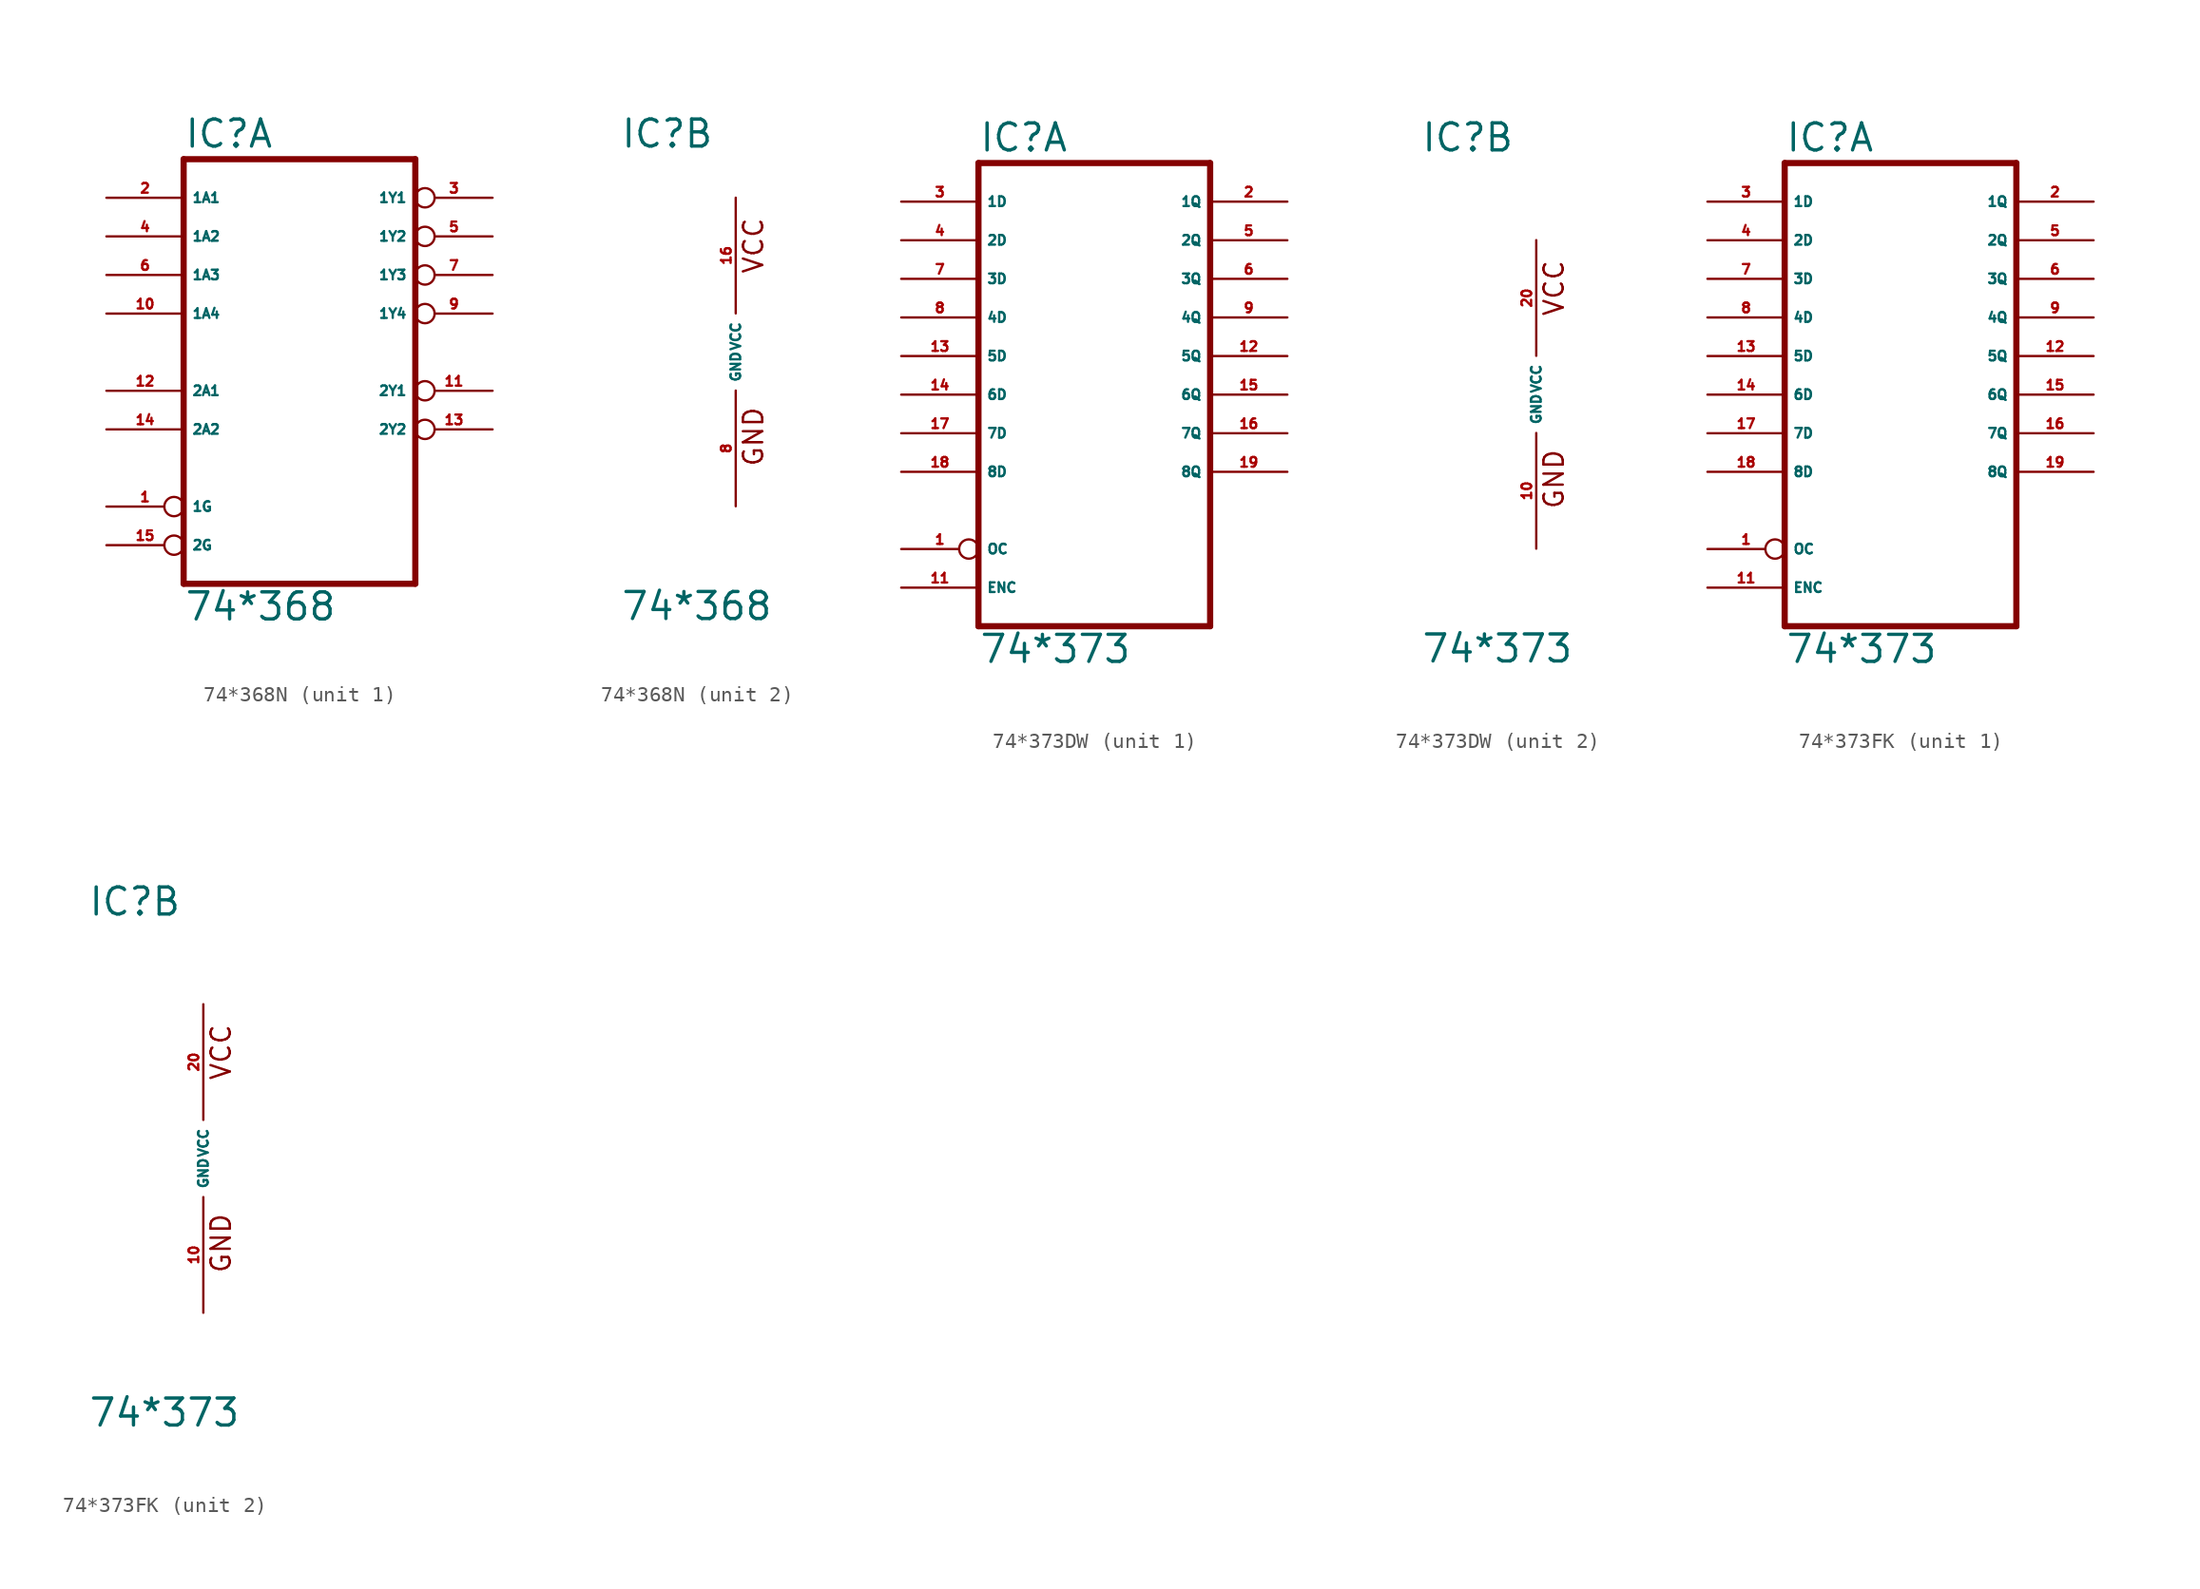
<source format=kicad_sym>
(kicad_symbol_lib
  (version 20220914)
  (generator Eagle2Kicad)
  (symbol "74*368N"
    (property "Reference" "IC"
      (at -7.62 13.335 0)
      (effects (font (size 1.778 1.778) (thickness 0.22)) (justify left bottom)))
    (property "Value" "74*368"
      (at -7.62 -17.78 0)
      (effects (font (size 1.778 1.778) (thickness 0.22)) (justify left bottom)))
    (symbol "74*368N_1_0"
      (polyline (pts (xy -7.62 -15.24) (xy 7.62 -15.24)) (stroke (width 0.406) (type default)) (fill (type none)))
      (polyline (pts (xy 7.62 -15.24) (xy 7.62 12.7)) (stroke (width 0.406) (type default)) (fill (type none)))
      (polyline (pts (xy 7.62 12.7) (xy -7.62 12.7)) (stroke (width 0.406) (type default)) (fill (type none)))
      (polyline (pts (xy -7.62 12.7) (xy -7.62 -15.24)) (stroke (width 0.406) (type default)) (fill (type none)))
      (pin input inverted (at -12.7 -10.16 0) (length 5.08) (name "1G" (effects (font (size 0.635 0.635) (thickness 0.08)) (justify left bottom))) (number "1" (effects (font (size 0.635 0.635) (thickness 0.08)) (justify left bottom))))
      (pin input line (at -12.7 10.16 0) (length 5.08) (name "1A1" (effects (font (size 0.635 0.635) (thickness 0.08)) (justify left bottom))) (number "2" (effects (font (size 0.635 0.635) (thickness 0.08)) (justify left bottom))))
      (pin tri_state inverted (at 12.7 10.16 180) (length 5.08) (name "1Y1" (effects (font (size 0.635 0.635) (thickness 0.08)) (justify left bottom))) (number "3" (effects (font (size 0.635 0.635) (thickness 0.08)) (justify left bottom))))
      (pin input line (at -12.7 7.62 0) (length 5.08) (name "1A2" (effects (font (size 0.635 0.635) (thickness 0.08)) (justify left bottom))) (number "4" (effects (font (size 0.635 0.635) (thickness 0.08)) (justify left bottom))))
      (pin tri_state inverted (at 12.7 7.62 180) (length 5.08) (name "1Y2" (effects (font (size 0.635 0.635) (thickness 0.08)) (justify left bottom))) (number "5" (effects (font (size 0.635 0.635) (thickness 0.08)) (justify left bottom))))
      (pin input line (at -12.7 5.08 0) (length 5.08) (name "1A3" (effects (font (size 0.635 0.635) (thickness 0.08)) (justify left bottom))) (number "6" (effects (font (size 0.635 0.635) (thickness 0.08)) (justify left bottom))))
      (pin tri_state inverted (at 12.7 5.08 180) (length 5.08) (name "1Y3" (effects (font (size 0.635 0.635) (thickness 0.08)) (justify left bottom))) (number "7" (effects (font (size 0.635 0.635) (thickness 0.08)) (justify left bottom))))
      (pin tri_state inverted (at 12.7 2.54 180) (length 5.08) (name "1Y4" (effects (font (size 0.635 0.635) (thickness 0.08)) (justify left bottom))) (number "9" (effects (font (size 0.635 0.635) (thickness 0.08)) (justify left bottom))))
      (pin input line (at -12.7 2.54 0) (length 5.08) (name "1A4" (effects (font (size 0.635 0.635) (thickness 0.08)) (justify left bottom))) (number "10" (effects (font (size 0.635 0.635) (thickness 0.08)) (justify left bottom))))
      (pin tri_state inverted (at 12.7 -2.54 180) (length 5.08) (name "2Y1" (effects (font (size 0.635 0.635) (thickness 0.08)) (justify left bottom))) (number "11" (effects (font (size 0.635 0.635) (thickness 0.08)) (justify left bottom))))
      (pin input line (at -12.7 -2.54 0) (length 5.08) (name "2A1" (effects (font (size 0.635 0.635) (thickness 0.08)) (justify left bottom))) (number "12" (effects (font (size 0.635 0.635) (thickness 0.08)) (justify left bottom))))
      (pin tri_state inverted (at 12.7 -5.08 180) (length 5.08) (name "2Y2" (effects (font (size 0.635 0.635) (thickness 0.08)) (justify left bottom))) (number "13" (effects (font (size 0.635 0.635) (thickness 0.08)) (justify left bottom))))
      (pin input line (at -12.7 -5.08 0) (length 5.08) (name "2A2" (effects (font (size 0.635 0.635) (thickness 0.08)) (justify left bottom))) (number "14" (effects (font (size 0.635 0.635) (thickness 0.08)) (justify left bottom))))
      (pin input inverted (at -12.7 -12.7 0) (length 5.08) (name "2G" (effects (font (size 0.635 0.635) (thickness 0.08)) (justify left bottom))) (number "15" (effects (font (size 0.635 0.635) (thickness 0.08)) (justify left bottom)))))
    (symbol "74*368N_2_0"
      (text "GND" (at 1.905 -7.62 900) (effects (font (size 1.27 1.27) (thickness 0.16)) (justify left bottom)))
      (text "VCC" (at 1.905 5.08 900) (effects (font (size 1.27 1.27) (thickness 0.16)) (justify left bottom)))
      (pin unspecified line (at 0 -10.16 90) (length 7.62) (name "GND" (effects (font (size 0.635 0.635) (thickness 0.08)) (justify left bottom))) (number "8" (effects (font (size 0.635 0.635) (thickness 0.08)) (justify left bottom))))
      (pin unspecified line (at 0 10.16 270) (length 7.62) (name "VCC" (effects (font (size 0.635 0.635) (thickness 0.08)) (justify left bottom))) (number "16" (effects (font (size 0.635 0.635) (thickness 0.08)) (justify left bottom))))))
  (symbol "74*373DW"
    (property "Reference" "IC"
      (at -7.62 15.875 0)
      (effects (font (size 1.778 1.778) (thickness 0.22)) (justify left bottom)))
    (property "Value" "74*373"
      (at -7.62 -17.78 0)
      (effects (font (size 1.778 1.778) (thickness 0.22)) (justify left bottom)))
    (symbol "74*373DW_1_0"
      (polyline (pts (xy -7.62 -15.24) (xy 7.62 -15.24)) (stroke (width 0.406) (type default)) (fill (type none)))
      (polyline (pts (xy 7.62 -15.24) (xy 7.62 15.24)) (stroke (width 0.406) (type default)) (fill (type none)))
      (polyline (pts (xy 7.62 15.24) (xy -7.62 15.24)) (stroke (width 0.406) (type default)) (fill (type none)))
      (polyline (pts (xy -7.62 15.24) (xy -7.62 -15.24)) (stroke (width 0.406) (type default)) (fill (type none)))
      (pin input inverted (at -12.7 -10.16 0) (length 5.08) (name "OC" (effects (font (size 0.635 0.635) (thickness 0.08)) (justify left bottom))) (number "1" (effects (font (size 0.635 0.635) (thickness 0.08)) (justify left bottom))))
      (pin tri_state line (at 12.7 12.7 180) (length 5.08) (name "1Q" (effects (font (size 0.635 0.635) (thickness 0.08)) (justify left bottom))) (number "2" (effects (font (size 0.635 0.635) (thickness 0.08)) (justify left bottom))))
      (pin input line (at -12.7 12.7 0) (length 5.08) (name "1D" (effects (font (size 0.635 0.635) (thickness 0.08)) (justify left bottom))) (number "3" (effects (font (size 0.635 0.635) (thickness 0.08)) (justify left bottom))))
      (pin input line (at -12.7 10.16 0) (length 5.08) (name "2D" (effects (font (size 0.635 0.635) (thickness 0.08)) (justify left bottom))) (number "4" (effects (font (size 0.635 0.635) (thickness 0.08)) (justify left bottom))))
      (pin tri_state line (at 12.7 10.16 180) (length 5.08) (name "2Q" (effects (font (size 0.635 0.635) (thickness 0.08)) (justify left bottom))) (number "5" (effects (font (size 0.635 0.635) (thickness 0.08)) (justify left bottom))))
      (pin tri_state line (at 12.7 7.62 180) (length 5.08) (name "3Q" (effects (font (size 0.635 0.635) (thickness 0.08)) (justify left bottom))) (number "6" (effects (font (size 0.635 0.635) (thickness 0.08)) (justify left bottom))))
      (pin input line (at -12.7 7.62 0) (length 5.08) (name "3D" (effects (font (size 0.635 0.635) (thickness 0.08)) (justify left bottom))) (number "7" (effects (font (size 0.635 0.635) (thickness 0.08)) (justify left bottom))))
      (pin input line (at -12.7 5.08 0) (length 5.08) (name "4D" (effects (font (size 0.635 0.635) (thickness 0.08)) (justify left bottom))) (number "8" (effects (font (size 0.635 0.635) (thickness 0.08)) (justify left bottom))))
      (pin tri_state line (at 12.7 5.08 180) (length 5.08) (name "4Q" (effects (font (size 0.635 0.635) (thickness 0.08)) (justify left bottom))) (number "9" (effects (font (size 0.635 0.635) (thickness 0.08)) (justify left bottom))))
      (pin input line (at -12.7 -12.7 0) (length 5.08) (name "ENC" (effects (font (size 0.635 0.635) (thickness 0.08)) (justify left bottom))) (number "11" (effects (font (size 0.635 0.635) (thickness 0.08)) (justify left bottom))))
      (pin tri_state line (at 12.7 2.54 180) (length 5.08) (name "5Q" (effects (font (size 0.635 0.635) (thickness 0.08)) (justify left bottom))) (number "12" (effects (font (size 0.635 0.635) (thickness 0.08)) (justify left bottom))))
      (pin input line (at -12.7 2.54 0) (length 5.08) (name "5D" (effects (font (size 0.635 0.635) (thickness 0.08)) (justify left bottom))) (number "13" (effects (font (size 0.635 0.635) (thickness 0.08)) (justify left bottom))))
      (pin input line (at -12.7 0 0) (length 5.08) (name "6D" (effects (font (size 0.635 0.635) (thickness 0.08)) (justify left bottom))) (number "14" (effects (font (size 0.635 0.635) (thickness 0.08)) (justify left bottom))))
      (pin tri_state line (at 12.7 0 180) (length 5.08) (name "6Q" (effects (font (size 0.635 0.635) (thickness 0.08)) (justify left bottom))) (number "15" (effects (font (size 0.635 0.635) (thickness 0.08)) (justify left bottom))))
      (pin tri_state line (at 12.7 -2.54 180) (length 5.08) (name "7Q" (effects (font (size 0.635 0.635) (thickness 0.08)) (justify left bottom))) (number "16" (effects (font (size 0.635 0.635) (thickness 0.08)) (justify left bottom))))
      (pin input line (at -12.7 -2.54 0) (length 5.08) (name "7D" (effects (font (size 0.635 0.635) (thickness 0.08)) (justify left bottom))) (number "17" (effects (font (size 0.635 0.635) (thickness 0.08)) (justify left bottom))))
      (pin input line (at -12.7 -5.08 0) (length 5.08) (name "8D" (effects (font (size 0.635 0.635) (thickness 0.08)) (justify left bottom))) (number "18" (effects (font (size 0.635 0.635) (thickness 0.08)) (justify left bottom))))
      (pin tri_state line (at 12.7 -5.08 180) (length 5.08) (name "8Q" (effects (font (size 0.635 0.635) (thickness 0.08)) (justify left bottom))) (number "19" (effects (font (size 0.635 0.635) (thickness 0.08)) (justify left bottom)))))
    (symbol "74*373DW_2_0"
      (text "GND" (at 1.905 -7.62 900) (effects (font (size 1.27 1.27) (thickness 0.16)) (justify left bottom)))
      (text "VCC" (at 1.905 5.08 900) (effects (font (size 1.27 1.27) (thickness 0.16)) (justify left bottom)))
      (pin unspecified line (at 0 -10.16 90) (length 7.62) (name "GND" (effects (font (size 0.635 0.635) (thickness 0.08)) (justify left bottom))) (number "10" (effects (font (size 0.635 0.635) (thickness 0.08)) (justify left bottom))))
      (pin unspecified line (at 0 10.16 270) (length 7.62) (name "VCC" (effects (font (size 0.635 0.635) (thickness 0.08)) (justify left bottom))) (number "20" (effects (font (size 0.635 0.635) (thickness 0.08)) (justify left bottom))))))
  (symbol "74*373FK"
    (property "Reference" "IC"
      (at -7.62 15.875 0)
      (effects (font (size 1.778 1.778) (thickness 0.22)) (justify left bottom)))
    (property "Value" "74*373"
      (at -7.62 -17.78 0)
      (effects (font (size 1.778 1.778) (thickness 0.22)) (justify left bottom)))
    (symbol "74*373FK_1_0"
      (polyline (pts (xy -7.62 -15.24) (xy 7.62 -15.24)) (stroke (width 0.406) (type default)) (fill (type none)))
      (polyline (pts (xy 7.62 -15.24) (xy 7.62 15.24)) (stroke (width 0.406) (type default)) (fill (type none)))
      (polyline (pts (xy 7.62 15.24) (xy -7.62 15.24)) (stroke (width 0.406) (type default)) (fill (type none)))
      (polyline (pts (xy -7.62 15.24) (xy -7.62 -15.24)) (stroke (width 0.406) (type default)) (fill (type none)))
      (pin input inverted (at -12.7 -10.16 0) (length 5.08) (name "OC" (effects (font (size 0.635 0.635) (thickness 0.08)) (justify left bottom))) (number "1" (effects (font (size 0.635 0.635) (thickness 0.08)) (justify left bottom))))
      (pin tri_state line (at 12.7 12.7 180) (length 5.08) (name "1Q" (effects (font (size 0.635 0.635) (thickness 0.08)) (justify left bottom))) (number "2" (effects (font (size 0.635 0.635) (thickness 0.08)) (justify left bottom))))
      (pin input line (at -12.7 12.7 0) (length 5.08) (name "1D" (effects (font (size 0.635 0.635) (thickness 0.08)) (justify left bottom))) (number "3" (effects (font (size 0.635 0.635) (thickness 0.08)) (justify left bottom))))
      (pin input line (at -12.7 10.16 0) (length 5.08) (name "2D" (effects (font (size 0.635 0.635) (thickness 0.08)) (justify left bottom))) (number "4" (effects (font (size 0.635 0.635) (thickness 0.08)) (justify left bottom))))
      (pin tri_state line (at 12.7 10.16 180) (length 5.08) (name "2Q" (effects (font (size 0.635 0.635) (thickness 0.08)) (justify left bottom))) (number "5" (effects (font (size 0.635 0.635) (thickness 0.08)) (justify left bottom))))
      (pin tri_state line (at 12.7 7.62 180) (length 5.08) (name "3Q" (effects (font (size 0.635 0.635) (thickness 0.08)) (justify left bottom))) (number "6" (effects (font (size 0.635 0.635) (thickness 0.08)) (justify left bottom))))
      (pin input line (at -12.7 7.62 0) (length 5.08) (name "3D" (effects (font (size 0.635 0.635) (thickness 0.08)) (justify left bottom))) (number "7" (effects (font (size 0.635 0.635) (thickness 0.08)) (justify left bottom))))
      (pin input line (at -12.7 5.08 0) (length 5.08) (name "4D" (effects (font (size 0.635 0.635) (thickness 0.08)) (justify left bottom))) (number "8" (effects (font (size 0.635 0.635) (thickness 0.08)) (justify left bottom))))
      (pin tri_state line (at 12.7 5.08 180) (length 5.08) (name "4Q" (effects (font (size 0.635 0.635) (thickness 0.08)) (justify left bottom))) (number "9" (effects (font (size 0.635 0.635) (thickness 0.08)) (justify left bottom))))
      (pin input line (at -12.7 -12.7 0) (length 5.08) (name "ENC" (effects (font (size 0.635 0.635) (thickness 0.08)) (justify left bottom))) (number "11" (effects (font (size 0.635 0.635) (thickness 0.08)) (justify left bottom))))
      (pin tri_state line (at 12.7 2.54 180) (length 5.08) (name "5Q" (effects (font (size 0.635 0.635) (thickness 0.08)) (justify left bottom))) (number "12" (effects (font (size 0.635 0.635) (thickness 0.08)) (justify left bottom))))
      (pin input line (at -12.7 2.54 0) (length 5.08) (name "5D" (effects (font (size 0.635 0.635) (thickness 0.08)) (justify left bottom))) (number "13" (effects (font (size 0.635 0.635) (thickness 0.08)) (justify left bottom))))
      (pin input line (at -12.7 0 0) (length 5.08) (name "6D" (effects (font (size 0.635 0.635) (thickness 0.08)) (justify left bottom))) (number "14" (effects (font (size 0.635 0.635) (thickness 0.08)) (justify left bottom))))
      (pin tri_state line (at 12.7 0 180) (length 5.08) (name "6Q" (effects (font (size 0.635 0.635) (thickness 0.08)) (justify left bottom))) (number "15" (effects (font (size 0.635 0.635) (thickness 0.08)) (justify left bottom))))
      (pin tri_state line (at 12.7 -2.54 180) (length 5.08) (name "7Q" (effects (font (size 0.635 0.635) (thickness 0.08)) (justify left bottom))) (number "16" (effects (font (size 0.635 0.635) (thickness 0.08)) (justify left bottom))))
      (pin input line (at -12.7 -2.54 0) (length 5.08) (name "7D" (effects (font (size 0.635 0.635) (thickness 0.08)) (justify left bottom))) (number "17" (effects (font (size 0.635 0.635) (thickness 0.08)) (justify left bottom))))
      (pin input line (at -12.7 -5.08 0) (length 5.08) (name "8D" (effects (font (size 0.635 0.635) (thickness 0.08)) (justify left bottom))) (number "18" (effects (font (size 0.635 0.635) (thickness 0.08)) (justify left bottom))))
      (pin tri_state line (at 12.7 -5.08 180) (length 5.08) (name "8Q" (effects (font (size 0.635 0.635) (thickness 0.08)) (justify left bottom))) (number "19" (effects (font (size 0.635 0.635) (thickness 0.08)) (justify left bottom)))))
    (symbol "74*373FK_2_0"
      (text "GND" (at 1.905 -7.62 900) (effects (font (size 1.27 1.27) (thickness 0.16)) (justify left bottom)))
      (text "VCC" (at 1.905 5.08 900) (effects (font (size 1.27 1.27) (thickness 0.16)) (justify left bottom)))
      (pin unspecified line (at 0 -10.16 90) (length 7.62) (name "GND" (effects (font (size 0.635 0.635) (thickness 0.08)) (justify left bottom))) (number "10" (effects (font (size 0.635 0.635) (thickness 0.08)) (justify left bottom))))
      (pin unspecified line (at 0 10.16 270) (length 7.62) (name "VCC" (effects (font (size 0.635 0.635) (thickness 0.08)) (justify left bottom))) (number "20" (effects (font (size 0.635 0.635) (thickness 0.08)) (justify left bottom)))))))
</source>
